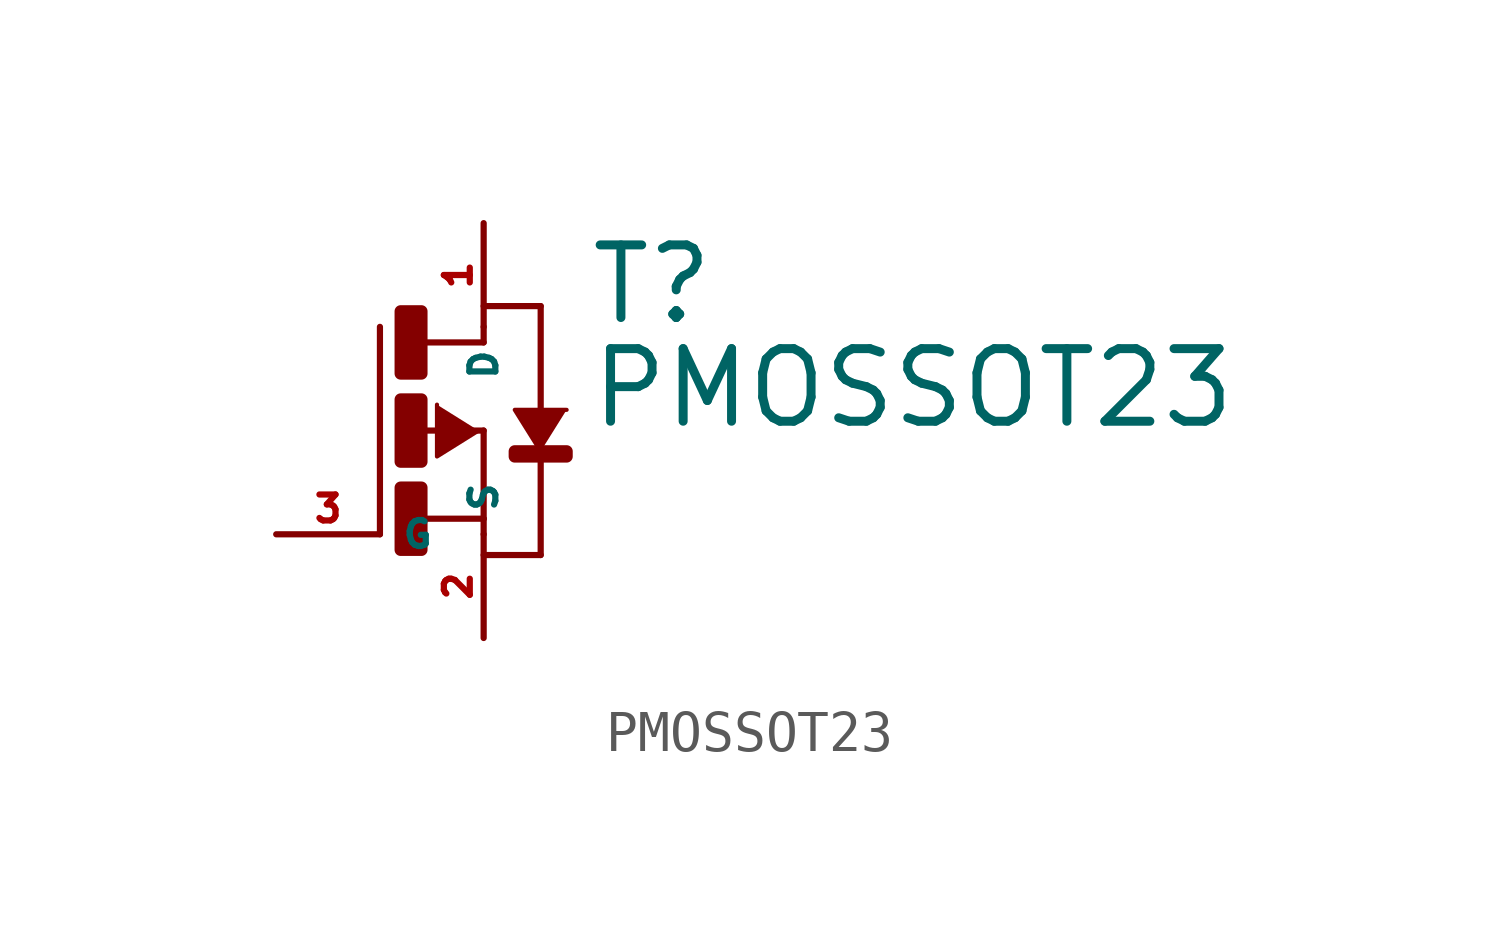
<source format=kicad_sym>
(kicad_symbol_lib
  (version 20220914)
  (generator Eagle2Kicad)
  (symbol "PMOSSOT23"
    (property "Reference" "T"
      (at 2.54 2.54 0)
      (effects (font (size 1.778 1.778) (thickness 0.22)) (justify left bottom)))
    (property "Value" "PMOSSOT23"
      (at 2.54 0 0)
      (effects (font (size 1.778 1.778) (thickness 0.22)) (justify left bottom)))
    (polyline
      (pts (xy -0.127 0) (xy -1.143 -0.635) (xy -1.143 0.635))
      (stroke (width 0.102) (type default))
      (fill (type outline)))
    (polyline
      (pts (xy 1.397 -0.508) (xy 0.762 0.508) (xy 2.032 0.508))
      (stroke (width 0.102) (type default))
      (fill (type outline)))
    (polyline
      (pts (xy -1.651 0) (xy 0 0))
      (stroke (width 0.152) (type default))
      (fill (type none)))
    (polyline
      (pts (xy -1.524 -2.159) (xy 0 -2.159))
      (stroke (width 0.152) (type default))
      (fill (type none)))
    (polyline
      (pts (xy -2.54 -2.54) (xy -2.54 2.54))
      (stroke (width 0.152) (type default))
      (fill (type none)))
    (polyline
      (pts (xy 0 0) (xy 0 -2.159))
      (stroke (width 0.152) (type default))
      (fill (type none)))
    (polyline
      (pts (xy 1.397 -0.508) (xy 1.397 -3.048))
      (stroke (width 0.152) (type default))
      (fill (type none)))
    (polyline
      (pts (xy 1.397 -3.048) (xy 0 -3.048))
      (stroke (width 0.152) (type default))
      (fill (type none)))
    (polyline
      (pts (xy -1.524 2.159) (xy 0 2.159))
      (stroke (width 0.152) (type default))
      (fill (type none)))
    (polyline
      (pts (xy 0 2.159) (xy 0 2.54))
      (stroke (width 0.152) (type default))
      (fill (type none)))
    (polyline
      (pts (xy 0 3.048) (xy 1.397 3.048))
      (stroke (width 0.152) (type default))
      (fill (type none)))
    (polyline
      (pts (xy 1.397 3.048) (xy 1.397 0.381))
      (stroke (width 0.152) (type default))
      (fill (type none)))
    (polyline
      (pts (xy 0 -2.159) (xy 0 -2.54))
      (stroke (width 0.152) (type default))
      (fill (type none)))
    (rectangle
      (start -2.032 1.397)
      (end -1.524 2.921)
      (stroke (width 0.3) (type default))
      (fill (type outline)))
    (rectangle
      (start -2.032 -0.762)
      (end -1.524 0.762)
      (stroke (width 0.3) (type default))
      (fill (type outline)))
    (rectangle
      (start -2.032 -2.921)
      (end -1.524 -1.397)
      (stroke (width 0.3) (type default))
      (fill (type outline)))
    (rectangle
      (start 0.762 -0.635)
      (end 2.032 -0.508)
      (stroke (width 0.3) (type default))
      (fill (type outline)))
    (pin passive line
      (at 0 5.08 270)
      (length 2.54)
      (name "D" (effects (font (size 0.635 0.635) (thickness 0.08)) (justify left bottom)))
      (number "1" (effects (font (size 0.635 0.635) (thickness 0.08)) (justify left bottom))))
    (pin passive line
      (at 0 -5.08 90)
      (length 2.54)
      (name "S" (effects (font (size 0.635 0.635) (thickness 0.08)) (justify left bottom)))
      (number "2" (effects (font (size 0.635 0.635) (thickness 0.08)) (justify left bottom))))
    (pin passive line
      (at -5.08 -2.54 0)
      (length 2.54)
      (name "G" (effects (font (size 0.635 0.635) (thickness 0.08)) (justify left bottom)))
      (number "3" (effects (font (size 0.635 0.635) (thickness 0.08)) (justify left bottom))))))
</source>
